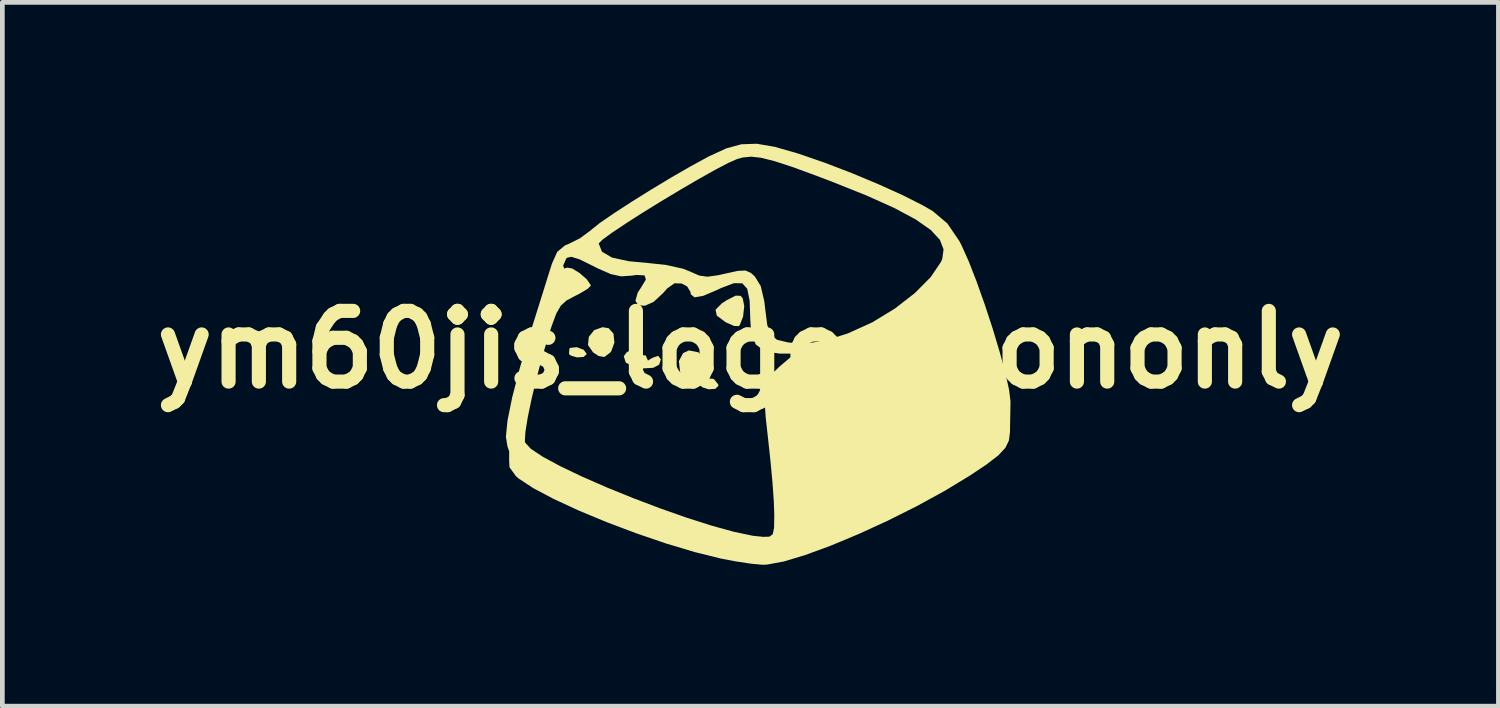
<source format=kicad_pcb>
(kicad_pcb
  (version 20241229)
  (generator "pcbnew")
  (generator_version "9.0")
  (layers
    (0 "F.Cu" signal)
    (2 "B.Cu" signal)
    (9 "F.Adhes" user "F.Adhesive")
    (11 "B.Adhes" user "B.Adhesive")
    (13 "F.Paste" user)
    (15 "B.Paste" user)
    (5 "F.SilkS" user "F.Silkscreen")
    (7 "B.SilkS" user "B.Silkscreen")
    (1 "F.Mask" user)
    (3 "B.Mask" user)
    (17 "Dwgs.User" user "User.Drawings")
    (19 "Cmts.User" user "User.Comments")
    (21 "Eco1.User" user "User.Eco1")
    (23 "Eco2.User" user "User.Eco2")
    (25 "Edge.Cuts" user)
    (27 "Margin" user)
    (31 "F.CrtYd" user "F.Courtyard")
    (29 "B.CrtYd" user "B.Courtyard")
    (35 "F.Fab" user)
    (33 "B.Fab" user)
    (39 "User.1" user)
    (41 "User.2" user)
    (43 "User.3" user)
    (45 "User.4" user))
  (footprint "ym60jis_logo_icononly"
    (layer "F.Cu")
    (at 12.871 4.368)
    (property "Reference" "ym60jis_logo_icononly" (at 0 0 0) (layer "F.SilkS") (effects (font (size 1.5 1.5) (thickness 0.3))))
    (attr board_only exclude_from_pos_files exclude_from_bom)
    (fp_poly (pts (xy -3.536 0.004) (xy -3.471 0.094) (xy -3.538 0.155) (xy -3.68 0.165) (xy -3.815 0.124) (xy -3.849 0.091) (xy -3.84 -0.019) (xy -3.819 -0.037) (xy -3.682 -0.052)) (stroke (width 0) (type solid)) (fill yes) (layer "F.SilkS"))
    (fp_poly (pts (xy -1.1 0.058) (xy -0.976 0.212) (xy -0.972 0.419) (xy -1.082 0.547) (xy -1.257 0.594) (xy -1.423 0.553) (xy -1.491 0.471) (xy -1.517 0.244) (xy -1.427 0.074) (xy -1.304 0.017)) (stroke (width 0) (type solid)) (fill yes) (layer "F.SilkS"))
    (fp_poly (pts (xy -0.795 0.618) (xy -0.766 0.632) (xy -0.682 0.74) (xy -0.677 0.767) (xy -0.743 0.832) (xy -0.886 0.842) (xy -1.022 0.798) (xy -1.059 0.761) (xy -1.045 0.671) (xy -0.933 0.613)) (stroke (width 0) (type solid)) (fill yes) (layer "F.SilkS"))
    (fp_poly (pts (xy -3.006 -0.454) (xy -2.904 -0.338) (xy -2.885 -0.149) (xy -2.951 0.034) (xy -2.98 0.068) (xy -3.1 0.157) (xy -3.221 0.135) (xy -3.339 0.057) (xy -3.446 -0.099) (xy -3.427 -0.272) (xy -3.314 -0.413) (xy -3.137 -0.476)) (stroke (width 0) (type solid)) (fill yes) (layer "F.SilkS"))
    (fp_poly (pts (xy -0.209 -1.142) (xy -0.163 -1.091) (xy -0.13 -0.923) (xy -0.155 -0.7) (xy -0.225 -0.522) (xy -0.244 -0.499) (xy -0.345 -0.502) (xy -0.518 -0.578) (xy -0.529 -0.584) (xy -0.713 -0.722) (xy -0.739 -0.847) (xy -0.604 -0.983) (xy -0.498 -1.051) (xy -0.312 -1.145)) (stroke (width 0) (type solid)) (fill yes) (layer "F.SilkS"))
    (fp_poly (pts (xy -2.482 0.059) (xy -2.385 0.123) (xy -2.323 0.113) (xy -2.218 0.125) (xy -2.201 0.171) (xy -2.173 0.232) (xy -2.082 0.176) (xy -1.955 0.131) (xy -1.9 0.207) (xy -1.935 0.32) (xy -2.061 0.386) (xy -2.271 0.398) (xy -2.489 0.359) (xy -2.641 0.276) (xy -2.645 0.272) (xy -2.686 0.141) (xy -2.627 0.06) (xy -2.527 0.001)) (stroke (width 0) (type solid)) (fill yes) (layer "F.SilkS"))
    (fp_poly (pts (xy 0.516 -4.303) (xy 1 -4.164) (xy 1.031 -4.154) (xy 1.576 -3.966) (xy 2.153 -3.745) (xy 2.72 -3.508) (xy 3.237 -3.274) (xy 3.661 -3.06) (xy 3.872 -2.937) (xy 4.18 -2.676) (xy 4.433 -2.304) (xy 4.476 -2.222) (xy 4.63 -1.88) (xy 4.799 -1.447) (xy 4.973 -0.957) (xy 5.141 -0.446) (xy 5.29 0.05) (xy 5.41 0.496) (xy 5.49 0.857) (xy 5.519 1.097) (xy 5.519 1.101) (xy 5.514 1.408) (xy 5.509 1.694) (xy 5.508 1.751) (xy 5.486 1.928) (xy 5.411 2.083) (xy 5.26 2.245) (xy 5.009 2.438) (xy 4.657 2.673) (xy 4.123 2.997) (xy 3.535 3.319) (xy 2.918 3.628) (xy 2.299 3.912) (xy 1.707 4.159) (xy 1.168 4.357) (xy 0.709 4.495) (xy 0.357 4.561) (xy 0.26 4.565) (xy 0.019 4.543) (xy -0.311 4.493) (xy -0.628 4.433) (xy -1.183 4.295) (xy -1.793 4.112) (xy -2.427 3.895) (xy -3.056 3.658) (xy -3.649 3.411) (xy -4.176 3.167) (xy -4.608 2.938) (xy -4.915 2.736) (xy -4.975 2.685) (xy -5.111 2.495) (xy -5.118 2.358) (xy -5.117 2.161) (xy -5.155 2.05) (xy -5.173 1.938) (xy -4.785 1.938) (xy -4.779 1.972) (xy -4.66 2.103) (xy -4.403 2.274) (xy -4.034 2.473) (xy -3.576 2.692) (xy -3.053 2.921) (xy -2.492 3.149) (xy -1.915 3.368) (xy -1.349 3.567) (xy -0.816 3.737) (xy -0.342 3.867) (xy 0.048 3.949) (xy 0.275 3.973) (xy 0.406 3.968) (xy 0.475 3.917) (xy 0.503 3.779) (xy 0.507 3.514) (xy 0.507 3.493) (xy 0.497 3.214) (xy 0.469 2.822) (xy 0.427 2.367) (xy 0.379 1.923) (xy 0.325 1.438) (xy 0.301 1.087) (xy 0.312 0.837) (xy 0.365 0.655) (xy 0.466 0.506) (xy 0.621 0.357) (xy 0.682 0.305) (xy 0.944 0.085) (xy 0.627 0.085) (xy 0.311 0.039) (xy 0.113 -0.111) (xy 0.015 -0.384) (xy -0.001 -0.627) (xy -0.015 -1.034) (xy -0.066 -1.289) (xy -0.171 -1.408) (xy -0.349 -1.409) (xy -0.618 -1.308) (xy -0.697 -1.27) (xy -1.002 -1.14) (xy -1.186 -1.109) (xy -1.265 -1.175) (xy -1.27 -1.222) (xy -1.341 -1.34) (xy -1.454 -1.402) (xy -1.608 -1.408) (xy -1.762 -1.301) (xy -1.856 -1.195) (xy -2.053 -1.013) (xy -2.238 -0.931) (xy -2.377 -0.941) (xy -2.439 -1.036) (xy -2.391 -1.208) (xy -2.326 -1.307) (xy -2.217 -1.487) (xy -2.245 -1.575) (xy -2.417 -1.584) (xy -2.523 -1.569) (xy -2.742 -1.555) (xy -2.961 -1.602) (xy -3.242 -1.725) (xy -3.341 -1.776) (xy -3.626 -1.916) (xy -3.8 -1.97) (xy -3.892 -1.948) (xy -3.908 -1.929) (xy -3.973 -1.782) (xy -3.948 -1.719) (xy -3.888 -1.74) (xy -3.781 -1.722) (xy -3.622 -1.624) (xy -3.471 -1.492) (xy -3.389 -1.372) (xy -3.387 -1.354) (xy -3.456 -1.287) (xy -3.631 -1.183) (xy -3.727 -1.135) (xy -3.9 -1.043) (xy -4.02 -0.935) (xy -4.116 -0.77) (xy -4.214 -0.506) (xy -4.28 -0.305) (xy -4.412 0.138) (xy -4.535 0.597) (xy -4.641 1.041) (xy -4.723 1.434) (xy -4.773 1.745) (xy -4.785 1.938) (xy -5.173 1.938) (xy -5.187 1.851) (xy -5.153 1.504) (xy -5.054 1.015) (xy -4.892 0.39) (xy -4.668 -0.364) (xy -4.65 -0.423) (xy -4.514 -0.855) (xy -4.387 -1.26) (xy -4.283 -1.594) (xy -4.214 -1.813) (xy -4.212 -1.82) (xy -4.098 -2.074) (xy -3.931 -2.213) (xy -3.852 -2.244) (xy -3.839 -2.251) (xy -3.217 -2.251) (xy -3.149 -2.078) (xy -2.939 -1.954) (xy -2.579 -1.875) (xy -2.244 -1.845) (xy -1.79 -1.797) (xy -1.428 -1.716) (xy -1.276 -1.655) (xy -1.085 -1.571) (xy -0.91 -1.547) (xy -0.679 -1.579) (xy -0.531 -1.613) (xy -0.263 -1.671) (xy -0.102 -1.678) (xy 0.01 -1.628) (xy 0.096 -1.55) (xy 0.22 -1.348) (xy 0.296 -1.023) (xy 0.315 -0.859) (xy 0.358 -0.524) (xy 0.431 -0.321) (xy 0.563 -0.21) (xy 0.781 -0.156) (xy 0.847 -0.147) (xy 1.208 -0.134) (xy 1.587 -0.193) (xy 2.042 -0.335) (xy 2.094 -0.355) (xy 2.587 -0.579) (xy 3.063 -0.869) (xy 3.488 -1.198) (xy 3.826 -1.538) (xy 4.045 -1.862) (xy 4.072 -1.926) (xy 4.099 -2.127) (xy 4.021 -2.329) (xy 3.828 -2.538) (xy 3.511 -2.76) (xy 3.06 -3.002) (xy 2.467 -3.269) (xy 1.722 -3.567) (xy 1.397 -3.69) (xy 0.892 -3.875) (xy 0.512 -3.999) (xy 0.23 -4.07) (xy 0.014 -4.094) (xy -0.164 -4.076) (xy -0.283 -4.043) (xy -0.469 -3.961) (xy -0.751 -3.813) (xy -1.1 -3.617) (xy -1.491 -3.389) (xy -1.897 -3.145) (xy -2.292 -2.901) (xy -2.648 -2.673) (xy -2.938 -2.479) (xy -3.137 -2.334) (xy -3.217 -2.254) (xy -3.217 -2.251) (xy -3.839 -2.251) (xy -3.614 -2.363) (xy -3.378 -2.538) (xy -3.363 -2.553) (xy -3.19 -2.69) (xy -2.902 -2.888) (xy -2.533 -3.128) (xy -2.115 -3.389) (xy -1.682 -3.65) (xy -1.266 -3.89) (xy -0.901 -4.089) (xy -0.87 -4.105) (xy -0.51 -4.27) (xy -0.191 -4.357) (xy 0.135 -4.368)) (stroke (width 0) (type solid)) (fill yes) (layer "F.SilkS")))
  (gr_rect
    (start -3 -3)
    (end 28.743 11.933)
    (stroke (width 0.1) (type default))
    (fill no)
    (layer "Edge.Cuts")))
</source>
